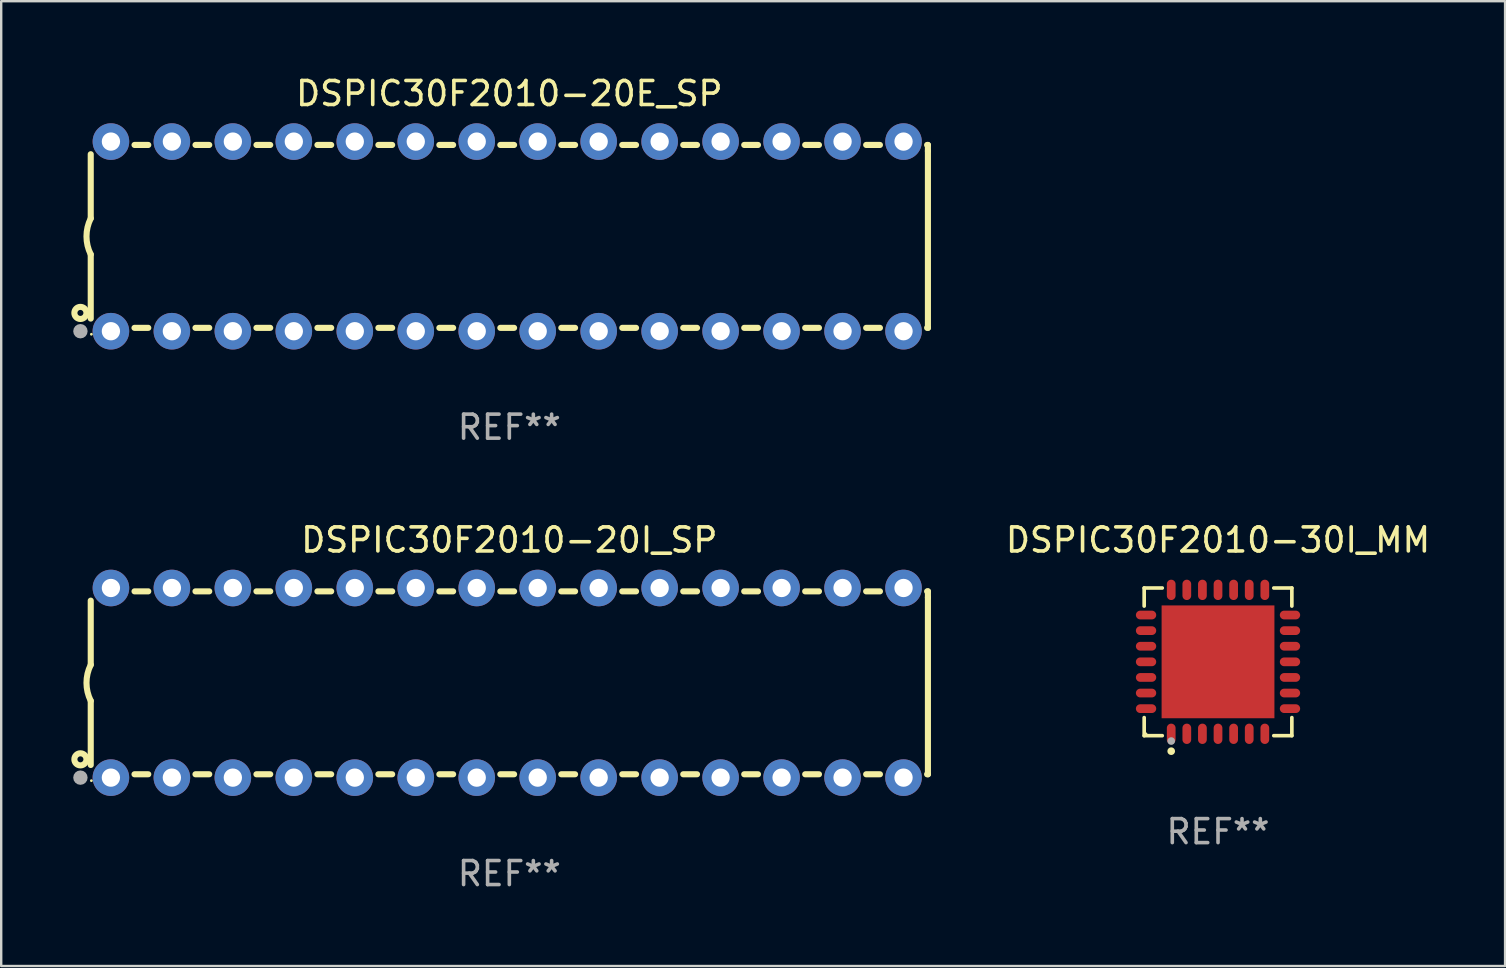
<source format=kicad_pcb>
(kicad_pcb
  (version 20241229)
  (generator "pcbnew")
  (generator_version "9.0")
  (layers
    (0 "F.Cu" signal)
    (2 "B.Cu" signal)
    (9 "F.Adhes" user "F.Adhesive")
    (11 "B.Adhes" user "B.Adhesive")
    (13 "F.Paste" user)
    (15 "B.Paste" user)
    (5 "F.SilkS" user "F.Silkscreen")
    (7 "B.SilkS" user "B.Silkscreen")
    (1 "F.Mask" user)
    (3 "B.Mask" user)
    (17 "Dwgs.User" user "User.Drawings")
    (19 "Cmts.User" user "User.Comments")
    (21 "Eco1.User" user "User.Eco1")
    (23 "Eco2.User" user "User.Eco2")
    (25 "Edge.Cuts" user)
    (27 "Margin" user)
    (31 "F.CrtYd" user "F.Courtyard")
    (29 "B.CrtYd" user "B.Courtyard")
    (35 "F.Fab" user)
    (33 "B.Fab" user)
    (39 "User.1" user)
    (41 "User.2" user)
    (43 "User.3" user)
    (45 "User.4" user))
  (footprint "DSPIC30F2010-20E_SP"
    (layer "F.Cu")
    (at 18.168 6.798)
    (property "Reference" "DSPIC30F2010-20E_SP" (at 0 -5.95 0) (layer "F.SilkS") (effects (font (size 1 1) (thickness 0.15))))
    (attr through_hole)
    (fp_line (start -17.438 0.75) (end -17.438 3.423) (stroke (width 0.254) (type solid)) (layer "F.SilkS"))
    (fp_line (start -17.438 -3.423) (end -17.438 -0.75) (stroke (width 0.254) (type solid)) (layer "F.SilkS"))
    (fp_line (start -15.615 3.81) (end -15.041 3.81) (stroke (width 0.254) (type solid)) (layer "F.SilkS"))
    (fp_line (start -15.041 -3.81) (end -15.614 -3.81) (stroke (width 0.254) (type solid)) (layer "F.SilkS"))
    (fp_line (start -13.075 3.81) (end -12.501 3.81) (stroke (width 0.254) (type solid)) (layer "F.SilkS"))
    (fp_line (start -12.501 -3.81) (end -13.074 -3.81) (stroke (width 0.254) (type solid)) (layer "F.SilkS"))
    (fp_line (start -10.535 3.81) (end -9.961 3.81) (stroke (width 0.254) (type solid)) (layer "F.SilkS"))
    (fp_line (start -9.961 -3.81) (end -10.534 -3.81) (stroke (width 0.254) (type solid)) (layer "F.SilkS"))
    (fp_line (start -7.995 3.81) (end -7.421 3.81) (stroke (width 0.254) (type solid)) (layer "F.SilkS"))
    (fp_line (start -7.421 -3.81) (end -7.995 -3.81) (stroke (width 0.254) (type solid)) (layer "F.SilkS"))
    (fp_line (start -5.455 3.81) (end -4.881 3.81) (stroke (width 0.254) (type solid)) (layer "F.SilkS"))
    (fp_line (start -4.881 -3.81) (end -5.455 -3.81) (stroke (width 0.254) (type solid)) (layer "F.SilkS"))
    (fp_line (start -2.915 3.81) (end -2.341 3.81) (stroke (width 0.254) (type solid)) (layer "F.SilkS"))
    (fp_line (start -2.341 -3.81) (end -2.915 -3.81) (stroke (width 0.254) (type solid)) (layer "F.SilkS"))
    (fp_line (start -0.375 3.81) (end 0.199 3.81) (stroke (width 0.254) (type solid)) (layer "F.SilkS"))
    (fp_line (start 0.199 -3.81) (end -0.375 -3.81) (stroke (width 0.254) (type solid)) (layer "F.SilkS"))
    (fp_line (start 2.165 3.81) (end 2.739 3.81) (stroke (width 0.254) (type solid)) (layer "F.SilkS"))
    (fp_line (start 2.739 -3.81) (end 2.165 -3.81) (stroke (width 0.254) (type solid)) (layer "F.SilkS"))
    (fp_line (start 4.705 3.81) (end 5.279 3.81) (stroke (width 0.254) (type solid)) (layer "F.SilkS"))
    (fp_line (start 5.279 -3.81) (end 4.705 -3.81) (stroke (width 0.254) (type solid)) (layer "F.SilkS"))
    (fp_line (start 7.245 3.81) (end 7.819 3.81) (stroke (width 0.254) (type solid)) (layer "F.SilkS"))
    (fp_line (start 7.819 -3.81) (end 7.245 -3.81) (stroke (width 0.254) (type solid)) (layer "F.SilkS"))
    (fp_line (start 9.785 3.81) (end 10.359 3.81) (stroke (width 0.254) (type solid)) (layer "F.SilkS"))
    (fp_line (start 10.359 -3.81) (end 9.785 -3.81) (stroke (width 0.254) (type solid)) (layer "F.SilkS"))
    (fp_line (start 12.325 3.81) (end 12.899 3.81) (stroke (width 0.254) (type solid)) (layer "F.SilkS"))
    (fp_line (start 12.899 -3.81) (end 12.325 -3.81) (stroke (width 0.254) (type solid)) (layer "F.SilkS"))
    (fp_line (start 14.865 3.81) (end 15.439 3.81) (stroke (width 0.254) (type solid)) (layer "F.SilkS"))
    (fp_line (start 15.439 -3.81) (end 14.865 -3.81) (stroke (width 0.254) (type solid)) (layer "F.SilkS"))
    (fp_line (start 17.405 3.81) (end 17.438 3.81) (stroke (width 0.254) (type solid)) (layer "F.SilkS"))
    (fp_line (start 17.438 -3.81) (end 17.405 -3.81) (stroke (width 0.254) (type solid)) (layer "F.SilkS"))
    (fp_line (start 17.438 -3.556) (end 17.438 -3.81) (stroke (width 0.254) (type solid)) (layer "F.SilkS"))
    (fp_line (start 17.438 3.81) (end 17.438 -3.556) (stroke (width 0.254) (type solid)) (layer "F.SilkS"))
    (fp_arc (start -17.437986 0.749657) (mid -17.614887 -0.000024) (end -17.437783 -0.749657) (stroke (width 0.254001) (type solid)) (layer "F.SilkS"))
    (fp_circle (center -17.868 3.188) (end -17.743 3.188) (stroke (width 0.254) (type solid)) (fill no) (layer "F.SilkS"))
    (fp_circle (center -17.411 4.077) (end -17.381 4.077) (stroke (width 0.06) (type solid)) (fill no) (layer "F.SilkS"))
    (fp_circle (center -17.868 3.95) (end -17.718 3.95) (stroke (width 0.3) (type solid)) (fill no) (layer "F.Fab"))
    (fp_text user "REF**" (at 0 7.95 0) (layer "F.Fab") (effects (font (size 1 1) (thickness 0.15))))
    (pad "1" thru_hole circle (at -16.598 3.95) (size 1.524 1.524) (drill 0.762) (layers "*.Cu" "*.Mask"))
    (pad "2" thru_hole circle (at -14.058 3.95) (size 1.524 1.524) (drill 0.762) (layers "*.Cu" "*.Mask"))
    (pad "3" thru_hole circle (at -11.518 3.95) (size 1.524 1.524) (drill 0.762) (layers "*.Cu" "*.Mask"))
    (pad "4" thru_hole circle (at -8.978 3.95) (size 1.524 1.524) (drill 0.762) (layers "*.Cu" "*.Mask"))
    (pad "5" thru_hole circle (at -6.438 3.95) (size 1.524 1.524) (drill 0.762) (layers "*.Cu" "*.Mask"))
    (pad "6" thru_hole circle (at -3.898 3.95) (size 1.524 1.524) (drill 0.762) (layers "*.Cu" "*.Mask"))
    (pad "7" thru_hole circle (at -1.358 3.95) (size 1.524 1.524) (drill 0.762) (layers "*.Cu" "*.Mask"))
    (pad "8" thru_hole circle (at 1.182 3.95) (size 1.524 1.524) (drill 0.762) (layers "*.Cu" "*.Mask"))
    (pad "9" thru_hole circle (at 3.722 3.95) (size 1.524 1.524) (drill 0.762) (layers "*.Cu" "*.Mask"))
    (pad "10" thru_hole circle (at 6.262 3.95) (size 1.524 1.524) (drill 0.762) (layers "*.Cu" "*.Mask"))
    (pad "11" thru_hole circle (at 8.802 3.95) (size 1.524 1.524) (drill 0.762) (layers "*.Cu" "*.Mask"))
    (pad "12" thru_hole circle (at 11.342 3.95) (size 1.524 1.524) (drill 0.762) (layers "*.Cu" "*.Mask"))
    (pad "13" thru_hole circle (at 13.882 3.95) (size 1.524 1.524) (drill 0.762) (layers "*.Cu" "*.Mask"))
    (pad "14" thru_hole circle (at 16.422 3.95) (size 1.524 1.524) (drill 0.762) (layers "*.Cu" "*.Mask"))
    (pad "15" thru_hole circle (at 16.422 -3.95) (size 1.524 1.524) (drill 0.762) (layers "*.Cu" "*.Mask"))
    (pad "16" thru_hole circle (at 13.882 -3.95) (size 1.524 1.524) (drill 0.762) (layers "*.Cu" "*.Mask"))
    (pad "17" thru_hole circle (at 11.342 -3.95) (size 1.524 1.524) (drill 0.762) (layers "*.Cu" "*.Mask"))
    (pad "18" thru_hole circle (at 8.802 -3.95) (size 1.524 1.524) (drill 0.762) (layers "*.Cu" "*.Mask"))
    (pad "19" thru_hole circle (at 6.262 -3.95) (size 1.524 1.524) (drill 0.762) (layers "*.Cu" "*.Mask"))
    (pad "20" thru_hole circle (at 3.722 -3.95) (size 1.524 1.524) (drill 0.762) (layers "*.Cu" "*.Mask"))
    (pad "21" thru_hole circle (at 1.182 -3.95) (size 1.524 1.524) (drill 0.762) (layers "*.Cu" "*.Mask"))
    (pad "22" thru_hole circle (at -1.358 -3.95) (size 1.524 1.524) (drill 0.762) (layers "*.Cu" "*.Mask"))
    (pad "23" thru_hole circle (at -3.898 -3.95) (size 1.524 1.524) (drill 0.762) (layers "*.Cu" "*.Mask"))
    (pad "24" thru_hole circle (at -6.438 -3.95) (size 1.524 1.524) (drill 0.762) (layers "*.Cu" "*.Mask"))
    (pad "25" thru_hole circle (at -8.978 -3.95) (size 1.524 1.524) (drill 0.762) (layers "*.Cu" "*.Mask"))
    (pad "26" thru_hole circle (at -11.517 -3.95) (size 1.524 1.524) (drill 0.762) (layers "*.Cu" "*.Mask"))
    (pad "27" thru_hole circle (at -14.057 -3.95) (size 1.524 1.524) (drill 0.762) (layers "*.Cu" "*.Mask"))
    (pad "28" thru_hole circle (at -16.597 -3.95) (size 1.524 1.524) (drill 0.762) (layers "*.Cu" "*.Mask")))
  (footprint "DSPIC30F2010-20I_SP"
    (layer "F.Cu")
    (at 18.168 25.395)
    (property "Reference" "DSPIC30F2010-20I_SP" (at 0 -5.95 0) (layer "F.SilkS") (effects (font (size 1 1) (thickness 0.15))))
    (attr through_hole)
    (fp_line (start -17.438 0.75) (end -17.438 3.423) (stroke (width 0.254) (type solid)) (layer "F.SilkS"))
    (fp_line (start -17.438 -3.423) (end -17.438 -0.75) (stroke (width 0.254) (type solid)) (layer "F.SilkS"))
    (fp_line (start -15.615 3.81) (end -15.041 3.81) (stroke (width 0.254) (type solid)) (layer "F.SilkS"))
    (fp_line (start -15.041 -3.81) (end -15.614 -3.81) (stroke (width 0.254) (type solid)) (layer "F.SilkS"))
    (fp_line (start -13.075 3.81) (end -12.501 3.81) (stroke (width 0.254) (type solid)) (layer "F.SilkS"))
    (fp_line (start -12.501 -3.81) (end -13.074 -3.81) (stroke (width 0.254) (type solid)) (layer "F.SilkS"))
    (fp_line (start -10.535 3.81) (end -9.961 3.81) (stroke (width 0.254) (type solid)) (layer "F.SilkS"))
    (fp_line (start -9.961 -3.81) (end -10.534 -3.81) (stroke (width 0.254) (type solid)) (layer "F.SilkS"))
    (fp_line (start -7.995 3.81) (end -7.421 3.81) (stroke (width 0.254) (type solid)) (layer "F.SilkS"))
    (fp_line (start -7.421 -3.81) (end -7.995 -3.81) (stroke (width 0.254) (type solid)) (layer "F.SilkS"))
    (fp_line (start -5.455 3.81) (end -4.881 3.81) (stroke (width 0.254) (type solid)) (layer "F.SilkS"))
    (fp_line (start -4.881 -3.81) (end -5.455 -3.81) (stroke (width 0.254) (type solid)) (layer "F.SilkS"))
    (fp_line (start -2.915 3.81) (end -2.341 3.81) (stroke (width 0.254) (type solid)) (layer "F.SilkS"))
    (fp_line (start -2.341 -3.81) (end -2.915 -3.81) (stroke (width 0.254) (type solid)) (layer "F.SilkS"))
    (fp_line (start -0.375 3.81) (end 0.199 3.81) (stroke (width 0.254) (type solid)) (layer "F.SilkS"))
    (fp_line (start 0.199 -3.81) (end -0.375 -3.81) (stroke (width 0.254) (type solid)) (layer "F.SilkS"))
    (fp_line (start 2.165 3.81) (end 2.739 3.81) (stroke (width 0.254) (type solid)) (layer "F.SilkS"))
    (fp_line (start 2.739 -3.81) (end 2.165 -3.81) (stroke (width 0.254) (type solid)) (layer "F.SilkS"))
    (fp_line (start 4.705 3.81) (end 5.279 3.81) (stroke (width 0.254) (type solid)) (layer "F.SilkS"))
    (fp_line (start 5.279 -3.81) (end 4.705 -3.81) (stroke (width 0.254) (type solid)) (layer "F.SilkS"))
    (fp_line (start 7.245 3.81) (end 7.819 3.81) (stroke (width 0.254) (type solid)) (layer "F.SilkS"))
    (fp_line (start 7.819 -3.81) (end 7.245 -3.81) (stroke (width 0.254) (type solid)) (layer "F.SilkS"))
    (fp_line (start 9.785 3.81) (end 10.359 3.81) (stroke (width 0.254) (type solid)) (layer "F.SilkS"))
    (fp_line (start 10.359 -3.81) (end 9.785 -3.81) (stroke (width 0.254) (type solid)) (layer "F.SilkS"))
    (fp_line (start 12.325 3.81) (end 12.899 3.81) (stroke (width 0.254) (type solid)) (layer "F.SilkS"))
    (fp_line (start 12.899 -3.81) (end 12.325 -3.81) (stroke (width 0.254) (type solid)) (layer "F.SilkS"))
    (fp_line (start 14.865 3.81) (end 15.439 3.81) (stroke (width 0.254) (type solid)) (layer "F.SilkS"))
    (fp_line (start 15.439 -3.81) (end 14.865 -3.81) (stroke (width 0.254) (type solid)) (layer "F.SilkS"))
    (fp_line (start 17.405 3.81) (end 17.438 3.81) (stroke (width 0.254) (type solid)) (layer "F.SilkS"))
    (fp_line (start 17.438 -3.81) (end 17.405 -3.81) (stroke (width 0.254) (type solid)) (layer "F.SilkS"))
    (fp_line (start 17.438 -3.556) (end 17.438 -3.81) (stroke (width 0.254) (type solid)) (layer "F.SilkS"))
    (fp_line (start 17.438 3.81) (end 17.438 -3.556) (stroke (width 0.254) (type solid)) (layer "F.SilkS"))
    (fp_arc (start -17.437986 0.749657) (mid -17.614887 -0.000024) (end -17.437783 -0.749657) (stroke (width 0.254001) (type solid)) (layer "F.SilkS"))
    (fp_circle (center -17.868 3.188) (end -17.743 3.188) (stroke (width 0.254) (type solid)) (fill no) (layer "F.SilkS"))
    (fp_circle (center -17.411 4.077) (end -17.381 4.077) (stroke (width 0.06) (type solid)) (fill no) (layer "F.SilkS"))
    (fp_circle (center -17.868 3.95) (end -17.718 3.95) (stroke (width 0.3) (type solid)) (fill no) (layer "F.Fab"))
    (fp_text user "REF**" (at 0 7.95 0) (layer "F.Fab") (effects (font (size 1 1) (thickness 0.15))))
    (pad "1" thru_hole circle (at -16.598 3.95) (size 1.524 1.524) (drill 0.762) (layers "*.Cu" "*.Mask"))
    (pad "2" thru_hole circle (at -14.058 3.95) (size 1.524 1.524) (drill 0.762) (layers "*.Cu" "*.Mask"))
    (pad "3" thru_hole circle (at -11.518 3.95) (size 1.524 1.524) (drill 0.762) (layers "*.Cu" "*.Mask"))
    (pad "4" thru_hole circle (at -8.978 3.95) (size 1.524 1.524) (drill 0.762) (layers "*.Cu" "*.Mask"))
    (pad "5" thru_hole circle (at -6.438 3.95) (size 1.524 1.524) (drill 0.762) (layers "*.Cu" "*.Mask"))
    (pad "6" thru_hole circle (at -3.898 3.95) (size 1.524 1.524) (drill 0.762) (layers "*.Cu" "*.Mask"))
    (pad "7" thru_hole circle (at -1.358 3.95) (size 1.524 1.524) (drill 0.762) (layers "*.Cu" "*.Mask"))
    (pad "8" thru_hole circle (at 1.182 3.95) (size 1.524 1.524) (drill 0.762) (layers "*.Cu" "*.Mask"))
    (pad "9" thru_hole circle (at 3.722 3.95) (size 1.524 1.524) (drill 0.762) (layers "*.Cu" "*.Mask"))
    (pad "10" thru_hole circle (at 6.262 3.95) (size 1.524 1.524) (drill 0.762) (layers "*.Cu" "*.Mask"))
    (pad "11" thru_hole circle (at 8.802 3.95) (size 1.524 1.524) (drill 0.762) (layers "*.Cu" "*.Mask"))
    (pad "12" thru_hole circle (at 11.342 3.95) (size 1.524 1.524) (drill 0.762) (layers "*.Cu" "*.Mask"))
    (pad "13" thru_hole circle (at 13.882 3.95) (size 1.524 1.524) (drill 0.762) (layers "*.Cu" "*.Mask"))
    (pad "14" thru_hole circle (at 16.422 3.95) (size 1.524 1.524) (drill 0.762) (layers "*.Cu" "*.Mask"))
    (pad "15" thru_hole circle (at 16.422 -3.95) (size 1.524 1.524) (drill 0.762) (layers "*.Cu" "*.Mask"))
    (pad "16" thru_hole circle (at 13.882 -3.95) (size 1.524 1.524) (drill 0.762) (layers "*.Cu" "*.Mask"))
    (pad "17" thru_hole circle (at 11.342 -3.95) (size 1.524 1.524) (drill 0.762) (layers "*.Cu" "*.Mask"))
    (pad "18" thru_hole circle (at 8.802 -3.95) (size 1.524 1.524) (drill 0.762) (layers "*.Cu" "*.Mask"))
    (pad "19" thru_hole circle (at 6.262 -3.95) (size 1.524 1.524) (drill 0.762) (layers "*.Cu" "*.Mask"))
    (pad "20" thru_hole circle (at 3.722 -3.95) (size 1.524 1.524) (drill 0.762) (layers "*.Cu" "*.Mask"))
    (pad "21" thru_hole circle (at 1.182 -3.95) (size 1.524 1.524) (drill 0.762) (layers "*.Cu" "*.Mask"))
    (pad "22" thru_hole circle (at -1.358 -3.95) (size 1.524 1.524) (drill 0.762) (layers "*.Cu" "*.Mask"))
    (pad "23" thru_hole circle (at -3.898 -3.95) (size 1.524 1.524) (drill 0.762) (layers "*.Cu" "*.Mask"))
    (pad "24" thru_hole circle (at -6.438 -3.95) (size 1.524 1.524) (drill 0.762) (layers "*.Cu" "*.Mask"))
    (pad "25" thru_hole circle (at -8.978 -3.95) (size 1.524 1.524) (drill 0.762) (layers "*.Cu" "*.Mask"))
    (pad "26" thru_hole circle (at -11.517 -3.95) (size 1.524 1.524) (drill 0.762) (layers "*.Cu" "*.Mask"))
    (pad "27" thru_hole circle (at -14.057 -3.95) (size 1.524 1.524) (drill 0.762) (layers "*.Cu" "*.Mask"))
    (pad "28" thru_hole circle (at -16.597 -3.95) (size 1.524 1.524) (drill 0.762) (layers "*.Cu" "*.Mask")))
  (footprint "DSPIC30F2010-30I_MM"
    (layer "F.Cu")
    (at 47.691 24.521)
    (property "Reference" "DSPIC30F2010-30I_MM" (at 0 -5.076 0) (layer "F.SilkS") (effects (font (size 1 1) (thickness 0.15))))
    (attr through_hole)
    (fp_line (start -3.076 -3.076) (end -2.323 -3.076) (stroke (width 0.152) (type solid)) (layer "F.SilkS"))
    (fp_line (start -3.076 -2.323) (end -3.076 -3.076) (stroke (width 0.152) (type solid)) (layer "F.SilkS"))
    (fp_line (start -3.076 2.323) (end -3.076 3.076) (stroke (width 0.152) (type solid)) (layer "F.SilkS"))
    (fp_line (start -3.076 3.076) (end -2.323 3.076) (stroke (width 0.152) (type solid)) (layer "F.SilkS"))
    (fp_line (start 3.076 -3.076) (end 2.323 -3.076) (stroke (width 0.152) (type solid)) (layer "F.SilkS"))
    (fp_line (start 3.076 -2.323) (end 3.076 -3.076) (stroke (width 0.152) (type solid)) (layer "F.SilkS"))
    (fp_line (start 3.076 2.323) (end 3.076 3.076) (stroke (width 0.152) (type solid)) (layer "F.SilkS"))
    (fp_line (start 3.076 3.076) (end 2.323 3.076) (stroke (width 0.152) (type solid)) (layer "F.SilkS"))
    (fp_circle (center -3 3) (end -2.97 3) (stroke (width 0.06) (type solid)) (fill no) (layer "F.SilkS"))
    (fp_circle (center -1.95 3.722) (end -1.87 3.722) (stroke (width 0.16) (type solid)) (fill no) (layer "F.SilkS"))
    (fp_circle (center -1.95 3.3) (end -1.87 3.3) (stroke (width 0.16) (type solid)) (fill no) (layer "F.Fab"))
    (fp_text user "REF**" (at 0 7.076 0) (layer "F.Fab") (effects (font (size 1 1) (thickness 0.15))))
    (pad "1" smd oval (at -1.95 2.998) (size 0.364 0.847) (layers "F.Cu" "F.Mask" "F.Paste"))
    (pad "2" smd oval (at -1.3 2.998) (size 0.364 0.847) (layers "F.Cu" "F.Mask" "F.Paste"))
    (pad "3" smd oval (at -0.65 2.998) (size 0.364 0.847) (layers "F.Cu" "F.Mask" "F.Paste"))
    (pad "4" smd oval (at 0 2.998) (size 0.364 0.847) (layers "F.Cu" "F.Mask" "F.Paste"))
    (pad "5" smd oval (at 0.65 2.998) (size 0.364 0.847) (layers "F.Cu" "F.Mask" "F.Paste"))
    (pad "6" smd oval (at 1.3 2.998) (size 0.364 0.847) (layers "F.Cu" "F.Mask" "F.Paste"))
    (pad "7" smd oval (at 1.95 2.998) (size 0.364 0.847) (layers "F.Cu" "F.Mask" "F.Paste"))
    (pad "8" smd oval (at 2.998 1.95) (size 0.847 0.364) (layers "F.Cu" "F.Mask" "F.Paste"))
    (pad "9" smd oval (at 2.998 1.3) (size 0.847 0.364) (layers "F.Cu" "F.Mask" "F.Paste"))
    (pad "10" smd oval (at 2.998 0.65) (size 0.847 0.364) (layers "F.Cu" "F.Mask" "F.Paste"))
    (pad "11" smd oval (at 2.998 0) (size 0.847 0.364) (layers "F.Cu" "F.Mask" "F.Paste"))
    (pad "12" smd oval (at 2.998 -0.65) (size 0.847 0.364) (layers "F.Cu" "F.Mask" "F.Paste"))
    (pad "13" smd oval (at 2.998 -1.3) (size 0.847 0.364) (layers "F.Cu" "F.Mask" "F.Paste"))
    (pad "14" smd oval (at 2.998 -1.95) (size 0.847 0.364) (layers "F.Cu" "F.Mask" "F.Paste"))
    (pad "15" smd oval (at 1.95 -2.998) (size 0.364 0.847) (layers "F.Cu" "F.Mask" "F.Paste"))
    (pad "16" smd oval (at 1.3 -2.998) (size 0.364 0.847) (layers "F.Cu" "F.Mask" "F.Paste"))
    (pad "17" smd oval (at 0.65 -2.998) (size 0.364 0.847) (layers "F.Cu" "F.Mask" "F.Paste"))
    (pad "18" smd oval (at 0 -2.998) (size 0.364 0.847) (layers "F.Cu" "F.Mask" "F.Paste"))
    (pad "19" smd oval (at -0.65 -2.998) (size 0.364 0.847) (layers "F.Cu" "F.Mask" "F.Paste"))
    (pad "20" smd oval (at -1.3 -2.998) (size 0.364 0.847) (layers "F.Cu" "F.Mask" "F.Paste"))
    (pad "21" smd oval (at -1.95 -2.998) (size 0.364 0.847) (layers "F.Cu" "F.Mask" "F.Paste"))
    (pad "22" smd oval (at -2.998 -1.95) (size 0.847 0.364) (layers "F.Cu" "F.Mask" "F.Paste"))
    (pad "23" smd oval (at -2.998 -1.3) (size 0.847 0.364) (layers "F.Cu" "F.Mask" "F.Paste"))
    (pad "24" smd oval (at -2.998 -0.65) (size 0.847 0.364) (layers "F.Cu" "F.Mask" "F.Paste"))
    (pad "25" smd oval (at -2.998 0) (size 0.847 0.364) (layers "F.Cu" "F.Mask" "F.Paste"))
    (pad "26" smd oval (at -2.998 0.65) (size 0.847 0.364) (layers "F.Cu" "F.Mask" "F.Paste"))
    (pad "27" smd oval (at -2.998 1.3) (size 0.847 0.364) (layers "F.Cu" "F.Mask" "F.Paste"))
    (pad "28" smd oval (at -2.998 1.95) (size 0.847 0.364) (layers "F.Cu" "F.Mask" "F.Paste"))
    (pad "29" smd rect (at 0 0) (size 4.7 4.7) (layers "F.Cu" "F.Mask" "F.Paste")))
  (gr_rect
    (start -3 -3)
    (end 59.65 37.193)
    (stroke (width 0.1) (type default))
    (fill no)
    (layer "Edge.Cuts")))
</source>
